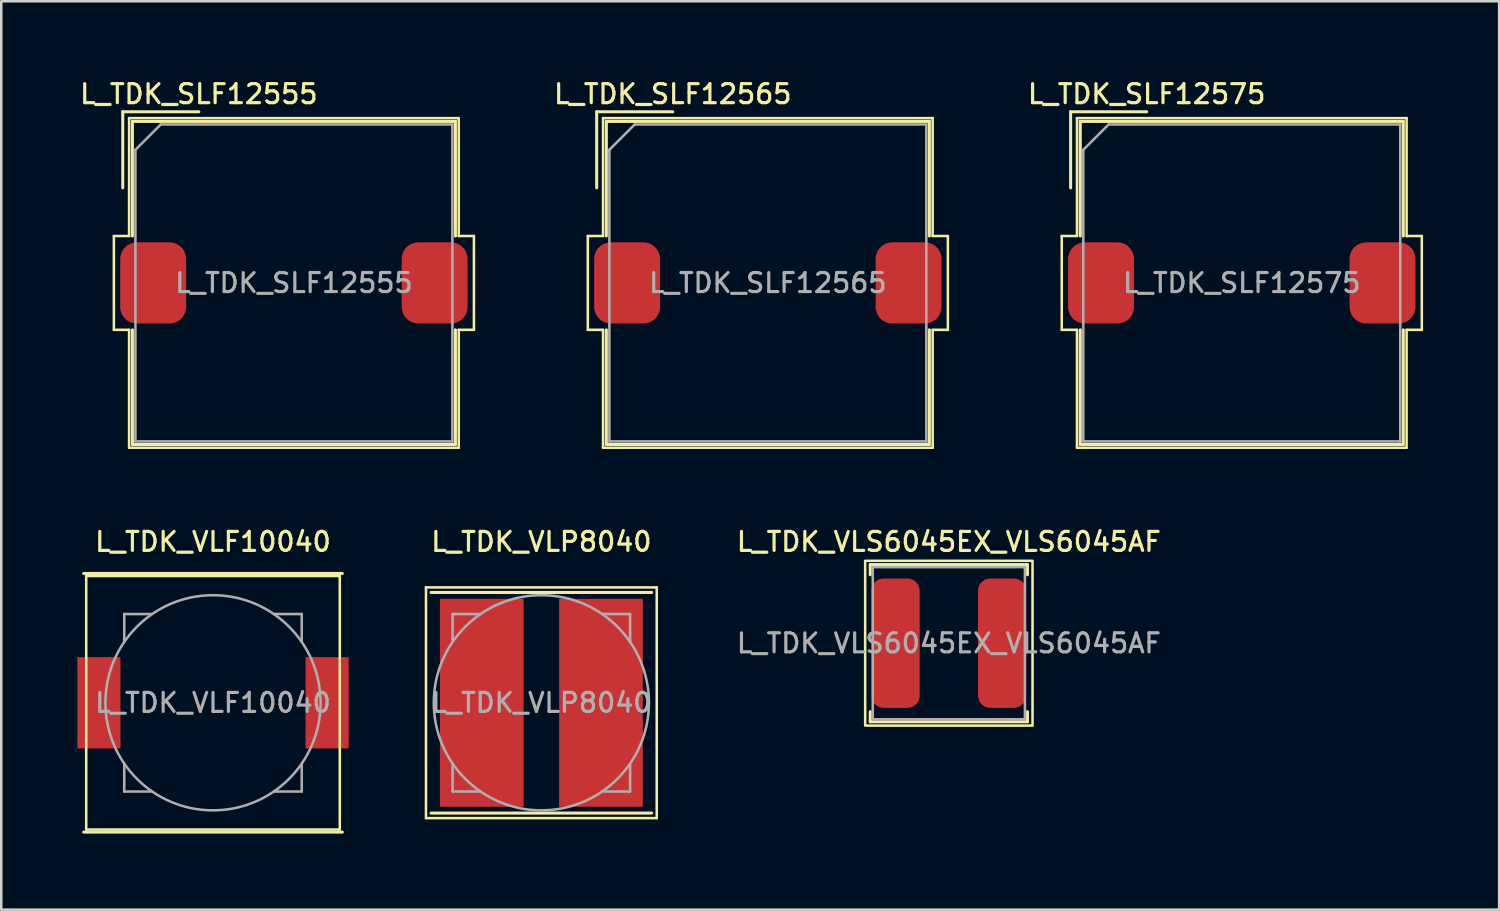
<source format=kicad_pcb>
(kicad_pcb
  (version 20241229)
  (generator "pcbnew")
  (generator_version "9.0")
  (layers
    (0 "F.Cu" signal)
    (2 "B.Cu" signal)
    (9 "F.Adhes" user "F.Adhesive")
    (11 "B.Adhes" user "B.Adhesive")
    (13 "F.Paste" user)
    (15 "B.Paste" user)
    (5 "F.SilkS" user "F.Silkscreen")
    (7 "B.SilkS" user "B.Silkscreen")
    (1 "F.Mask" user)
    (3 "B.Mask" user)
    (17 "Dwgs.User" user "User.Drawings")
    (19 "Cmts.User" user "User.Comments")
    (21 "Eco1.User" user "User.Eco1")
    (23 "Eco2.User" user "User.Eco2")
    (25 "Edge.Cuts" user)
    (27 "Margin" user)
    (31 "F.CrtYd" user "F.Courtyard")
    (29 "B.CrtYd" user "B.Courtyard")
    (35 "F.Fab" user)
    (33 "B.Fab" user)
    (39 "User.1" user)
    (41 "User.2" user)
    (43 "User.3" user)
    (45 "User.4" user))
  (footprint "L_TDK_SLF12555"
    (layer "F.Cu")
    (at 8.541 8.108)
    (property "Reference" "L_TDK_SLF12555" (at -3.75 -7.45 0) (layer "F.SilkS") (effects (font (size 0.75 0.75) (thickness 0.125))))
    (attr smd)
    (fp_line (start -7.1 -1.85) (end -7.1 1.85) (stroke (width 0.1) (type solid)) (layer "F.SilkS"))
    (fp_line (start -7.1 1.85) (end -6.5 1.85) (stroke (width 0.1) (type solid)) (layer "F.SilkS"))
    (fp_line (start -6.75 -6.75) (end -3.75 -6.75) (stroke (width 0.12) (type solid)) (layer "F.SilkS"))
    (fp_line (start -6.75 -3.75) (end -6.75 -6.75) (stroke (width 0.12) (type solid)) (layer "F.SilkS"))
    (fp_line (start -6.5 -6.5) (end -6.5 -1.85) (stroke (width 0.1) (type solid)) (layer "F.SilkS"))
    (fp_line (start -6.5 -6.5) (end 6.5 -6.5) (stroke (width 0.1) (type solid)) (layer "F.SilkS"))
    (fp_line (start -6.5 -1.85) (end -7.1 -1.85) (stroke (width 0.1) (type solid)) (layer "F.SilkS"))
    (fp_line (start -6.5 1.85) (end -6.5 6.5) (stroke (width 0.1) (type solid)) (layer "F.SilkS"))
    (fp_line (start -6.5 6.5) (end 6.5 6.5) (stroke (width 0.1) (type solid)) (layer "F.SilkS"))
    (fp_line (start -6.37 -6.37) (end -6.37 -1.85) (stroke (width 0.12) (type solid)) (layer "F.SilkS"))
    (fp_line (start -6.37 -6.37) (end 6.37 -6.37) (stroke (width 0.12) (type solid)) (layer "F.SilkS"))
    (fp_line (start -6.37 1.85) (end -6.37 6.37) (stroke (width 0.12) (type solid)) (layer "F.SilkS"))
    (fp_line (start -6.37 6.37) (end 6.37 6.37) (stroke (width 0.12) (type solid)) (layer "F.SilkS"))
    (fp_line (start 6.37 -6.37) (end 6.37 -1.85) (stroke (width 0.12) (type solid)) (layer "F.SilkS"))
    (fp_line (start 6.37 1.85) (end 6.37 6.37) (stroke (width 0.12) (type solid)) (layer "F.SilkS"))
    (fp_line (start 6.5 -6.5) (end 6.5 -1.85) (stroke (width 0.1) (type solid)) (layer "F.SilkS"))
    (fp_line (start 6.5 -1.85) (end 7.1 -1.85) (stroke (width 0.1) (type solid)) (layer "F.SilkS"))
    (fp_line (start 6.5 1.85) (end 6.5 6.5) (stroke (width 0.1) (type solid)) (layer "F.SilkS"))
    (fp_line (start 7.1 -1.85) (end 7.1 1.85) (stroke (width 0.1) (type solid)) (layer "F.SilkS"))
    (fp_line (start 7.1 1.85) (end 6.5 1.85) (stroke (width 0.1) (type solid)) (layer "F.SilkS"))
    (fp_line (start -6.25 -5.25) (end -5.25 -6.25) (stroke (width 0.1) (type solid)) (layer "F.Fab"))
    (fp_line (start -6.25 6.25) (end -6.25 -5.25) (stroke (width 0.1) (type solid)) (layer "F.Fab"))
    (fp_line (start -5.25 -6.25) (end 6.25 -6.25) (stroke (width 0.1) (type solid)) (layer "F.Fab"))
    (fp_line (start 6.25 -6.25) (end 6.25 6.25) (stroke (width 0.1) (type solid)) (layer "F.Fab"))
    (fp_line (start 6.25 6.25) (end -6.25 6.25) (stroke (width 0.1) (type solid)) (layer "F.Fab"))
    (fp_text user "${REFERENCE}" (at 0 0 0) (layer "F.Fab") (effects (font (size 0.75 0.75) (thickness 0.125))))
    (pad "1" smd roundrect (at -5.55 0) (size 2.6 3.2) (layers "F.Cu" "F.Mask" "F.Paste") (roundrect_rratio 0.25))
    (pad "2" smd roundrect (at 5.55 0) (size 2.6 3.2) (layers "F.Cu" "F.Mask" "F.Paste") (roundrect_rratio 0.25)))
  (footprint "L_TDK_VLF10040"
    (layer "F.Cu")
    (at 5.35 24.666)
    (property "Reference" "L_TDK_VLF10040" (at 0 -6.35 0) (layer "F.SilkS") (effects (font (size 0.75 0.75) (thickness 0.125))))
    (attr smd)
    (fp_line (start -5.1 -5.1) (end 5.1 -5.1) (stroke (width 0.12) (type solid)) (layer "F.SilkS"))
    (fp_line (start -5.1 5.1) (end 5.1 5.1) (stroke (width 0.12) (type solid)) (layer "F.SilkS"))
    (fp_line (start -5 -5) (end -5 5) (stroke (width 0.1) (type solid)) (layer "F.SilkS"))
    (fp_line (start -5 5) (end 5 5) (stroke (width 0.1) (type solid)) (layer "F.SilkS"))
    (fp_line (start 5 -5) (end -5 -5) (stroke (width 0.1) (type solid)) (layer "F.SilkS"))
    (fp_line (start 5 5) (end 5 -5) (stroke (width 0.1) (type solid)) (layer "F.SilkS"))
    (fp_line (start -3.5 -3.5) (end -2.4 -3.5) (stroke (width 0.1) (type solid)) (layer "F.Fab"))
    (fp_line (start -3.5 -2.4) (end -3.5 -3.5) (stroke (width 0.1) (type solid)) (layer "F.Fab"))
    (fp_line (start -3.5 2.4) (end -3.5 3.5) (stroke (width 0.1) (type solid)) (layer "F.Fab"))
    (fp_line (start -3.5 3.5) (end -2.4 3.5) (stroke (width 0.1) (type solid)) (layer "F.Fab"))
    (fp_line (start 3.5 -3.5) (end 2.4 -3.5) (stroke (width 0.1) (type solid)) (layer "F.Fab"))
    (fp_line (start 3.5 -3.5) (end 3.5 -2.4) (stroke (width 0.1) (type solid)) (layer "F.Fab"))
    (fp_line (start 3.5 2.4) (end 3.5 3.5) (stroke (width 0.1) (type solid)) (layer "F.Fab"))
    (fp_line (start 3.5 3.5) (end 2.4 3.5) (stroke (width 0.1) (type solid)) (layer "F.Fab"))
    (fp_circle (center 0 0) (end 3 3) (stroke (width 0.1) (type solid)) (fill no) (layer "F.Fab"))
    (fp_text user "${REFERENCE}" (at 0 0 0) (layer "F.Fab") (effects (font (size 0.75 0.75) (thickness 0.125))))
    (pad "1" smd rect (at -4.5 0) (size 1.7 3.6) (layers "F.Cu" "F.Mask" "F.Paste"))
    (pad "2" smd rect (at 4.5 0) (size 1.7 3.6) (layers "F.Cu" "F.Mask" "F.Paste")))
  (footprint "L_TDK_SLF12575"
    (layer "F.Cu")
    (at 45.923 8.108)
    (property "Reference" "L_TDK_SLF12575" (at -3.75 -7.45 0) (layer "F.SilkS") (effects (font (size 0.75 0.75) (thickness 0.125))))
    (attr smd)
    (fp_line (start -7.1 -1.85) (end -7.1 1.85) (stroke (width 0.1) (type solid)) (layer "F.SilkS"))
    (fp_line (start -7.1 1.85) (end -6.5 1.85) (stroke (width 0.1) (type solid)) (layer "F.SilkS"))
    (fp_line (start -6.75 -6.75) (end -3.75 -6.75) (stroke (width 0.12) (type solid)) (layer "F.SilkS"))
    (fp_line (start -6.75 -3.75) (end -6.75 -6.75) (stroke (width 0.12) (type solid)) (layer "F.SilkS"))
    (fp_line (start -6.5 -6.5) (end -6.5 -1.85) (stroke (width 0.1) (type solid)) (layer "F.SilkS"))
    (fp_line (start -6.5 -6.5) (end 6.5 -6.5) (stroke (width 0.1) (type solid)) (layer "F.SilkS"))
    (fp_line (start -6.5 -1.85) (end -7.1 -1.85) (stroke (width 0.1) (type solid)) (layer "F.SilkS"))
    (fp_line (start -6.5 1.85) (end -6.5 6.5) (stroke (width 0.1) (type solid)) (layer "F.SilkS"))
    (fp_line (start -6.5 6.5) (end 6.5 6.5) (stroke (width 0.1) (type solid)) (layer "F.SilkS"))
    (fp_line (start -6.37 -6.37) (end -6.37 -1.85) (stroke (width 0.12) (type solid)) (layer "F.SilkS"))
    (fp_line (start -6.37 -6.37) (end 6.37 -6.37) (stroke (width 0.12) (type solid)) (layer "F.SilkS"))
    (fp_line (start -6.37 1.85) (end -6.37 6.37) (stroke (width 0.12) (type solid)) (layer "F.SilkS"))
    (fp_line (start -6.37 6.37) (end 6.37 6.37) (stroke (width 0.12) (type solid)) (layer "F.SilkS"))
    (fp_line (start 6.37 -6.37) (end 6.37 -1.85) (stroke (width 0.12) (type solid)) (layer "F.SilkS"))
    (fp_line (start 6.37 1.85) (end 6.37 6.37) (stroke (width 0.12) (type solid)) (layer "F.SilkS"))
    (fp_line (start 6.5 -6.5) (end 6.5 -1.85) (stroke (width 0.1) (type solid)) (layer "F.SilkS"))
    (fp_line (start 6.5 -1.85) (end 7.1 -1.85) (stroke (width 0.1) (type solid)) (layer "F.SilkS"))
    (fp_line (start 6.5 1.85) (end 6.5 6.5) (stroke (width 0.1) (type solid)) (layer "F.SilkS"))
    (fp_line (start 7.1 -1.85) (end 7.1 1.85) (stroke (width 0.1) (type solid)) (layer "F.SilkS"))
    (fp_line (start 7.1 1.85) (end 6.5 1.85) (stroke (width 0.1) (type solid)) (layer "F.SilkS"))
    (fp_line (start -6.25 -5.25) (end -5.25 -6.25) (stroke (width 0.1) (type solid)) (layer "F.Fab"))
    (fp_line (start -6.25 6.25) (end -6.25 -5.25) (stroke (width 0.1) (type solid)) (layer "F.Fab"))
    (fp_line (start -5.25 -6.25) (end 6.25 -6.25) (stroke (width 0.1) (type solid)) (layer "F.Fab"))
    (fp_line (start 6.25 -6.25) (end 6.25 6.25) (stroke (width 0.1) (type solid)) (layer "F.Fab"))
    (fp_line (start 6.25 6.25) (end -6.25 6.25) (stroke (width 0.1) (type solid)) (layer "F.Fab"))
    (fp_text user "${REFERENCE}" (at 0 0 0) (layer "F.Fab") (effects (font (size 0.75 0.75) (thickness 0.125))))
    (pad "1" smd roundrect (at -5.55 0) (size 2.6 3.2) (layers "F.Cu" "F.Mask" "F.Paste") (roundrect_rratio 0.25))
    (pad "2" smd roundrect (at 5.55 0) (size 2.6 3.2) (layers "F.Cu" "F.Mask" "F.Paste") (roundrect_rratio 0.25)))
  (footprint "L_TDK_VLS6045EX_VLS6045AF"
    (layer "F.Cu")
    (at 34.37 22.316)
    (property "Reference" "L_TDK_VLS6045EX_VLS6045AF" (at 0 -4 0) (unlocked yes) (layer "F.SilkS") (effects (font (size 0.75 0.75) (thickness 0.125))))
    (attr smd)
    (fp_line (start -3.1 -3.1) (end -3.1 -2.7) (stroke (width 0.12) (type solid)) (layer "F.SilkS"))
    (fp_line (start -3.1 -3.1) (end 3.1 -3.1) (stroke (width 0.12) (type solid)) (layer "F.SilkS"))
    (fp_line (start -3.1 3.1) (end -3.1 2.7) (stroke (width 0.12) (type solid)) (layer "F.SilkS"))
    (fp_line (start -3.1 3.1) (end 3.1 3.1) (stroke (width 0.12) (type solid)) (layer "F.SilkS"))
    (fp_line (start 3.1 -3.1) (end 3.1 -2.7) (stroke (width 0.12) (type solid)) (layer "F.SilkS"))
    (fp_line (start 3.1 3.1) (end 3.1 2.7) (stroke (width 0.12) (type solid)) (layer "F.SilkS"))
    (fp_rect (start -3.3 -3.25) (end 3.3 3.25) (stroke (width 0.1) (type solid)) (fill no) (layer "F.SilkS"))
    (fp_rect (start -3 -3) (end 3 3) (stroke (width 0.1) (type solid)) (fill no) (layer "F.Fab"))
    (fp_text user "${REFERENCE}" (at 0 0 0) (unlocked yes) (layer "F.Fab") (effects (font (size 0.75 0.75) (thickness 0.125))))
    (pad "1" smd roundrect (at -2.1 0) (size 1.9 5.1) (layers "F.Cu" "F.Mask" "F.Paste") (roundrect_rratio 0.25))
    (pad "2" smd roundrect (at 2.1 0) (size 1.9 5.1) (layers "F.Cu" "F.Mask" "F.Paste") (roundrect_rratio 0.25)))
  (footprint "L_TDK_VLP8040"
    (layer "F.Cu")
    (at 18.3 24.666)
    (property "Reference" "L_TDK_VLP8040" (at 0 -6.35 0) (layer "F.SilkS") (effects (font (size 0.75 0.75) (thickness 0.125))))
    (attr smd)
    (fp_line (start -4.55 -4.55) (end -4.55 4.55) (stroke (width 0.1) (type solid)) (layer "F.SilkS"))
    (fp_line (start -4.55 4.55) (end 4.55 4.55) (stroke (width 0.1) (type solid)) (layer "F.SilkS"))
    (fp_line (start -4.35 -4.35) (end 4.35 -4.35) (stroke (width 0.12) (type solid)) (layer "F.SilkS"))
    (fp_line (start -4.35 4.35) (end 4.35 4.35) (stroke (width 0.12) (type solid)) (layer "F.SilkS"))
    (fp_line (start 4.55 -4.55) (end -4.55 -4.55) (stroke (width 0.1) (type solid)) (layer "F.SilkS"))
    (fp_line (start 4.55 4.55) (end 4.55 -4.55) (stroke (width 0.1) (type solid)) (layer "F.SilkS"))
    (fp_line (start -3.5 -3.5) (end -2.4 -3.5) (stroke (width 0.1) (type solid)) (layer "F.Fab"))
    (fp_line (start -3.5 -2.4) (end -3.5 -3.5) (stroke (width 0.1) (type solid)) (layer "F.Fab"))
    (fp_line (start -3.5 2.4) (end -3.5 3.5) (stroke (width 0.1) (type solid)) (layer "F.Fab"))
    (fp_line (start -3.5 3.5) (end -2.4 3.5) (stroke (width 0.1) (type solid)) (layer "F.Fab"))
    (fp_line (start 3.5 -3.5) (end 2.4 -3.5) (stroke (width 0.1) (type solid)) (layer "F.Fab"))
    (fp_line (start 3.5 -3.5) (end 3.5 -2.4) (stroke (width 0.1) (type solid)) (layer "F.Fab"))
    (fp_line (start 3.5 2.4) (end 3.5 3.5) (stroke (width 0.1) (type solid)) (layer "F.Fab"))
    (fp_line (start 3.5 3.5) (end 2.4 3.5) (stroke (width 0.1) (type solid)) (layer "F.Fab"))
    (fp_circle (center 0 0) (end 3 3) (stroke (width 0.1) (type solid)) (fill no) (layer "F.Fab"))
    (fp_text user "${REFERENCE}" (at 0 0 0) (layer "F.Fab") (effects (font (size 0.75 0.75) (thickness 0.125))))
    (pad "1" smd rect (at -2.35 0) (size 3.3 8.2) (layers "F.Cu" "F.Mask" "F.Paste"))
    (pad "2" smd rect (at 2.35 0) (size 3.3 8.2) (layers "F.Cu" "F.Mask" "F.Paste")))
  (footprint "L_TDK_SLF12565"
    (layer "F.Cu")
    (at 27.232 8.108)
    (property "Reference" "L_TDK_SLF12565" (at -3.75 -7.45 0) (layer "F.SilkS") (effects (font (size 0.75 0.75) (thickness 0.125))))
    (attr smd)
    (fp_line (start -7.1 -1.85) (end -7.1 1.85) (stroke (width 0.1) (type solid)) (layer "F.SilkS"))
    (fp_line (start -7.1 1.85) (end -6.5 1.85) (stroke (width 0.1) (type solid)) (layer "F.SilkS"))
    (fp_line (start -6.75 -6.75) (end -3.75 -6.75) (stroke (width 0.12) (type solid)) (layer "F.SilkS"))
    (fp_line (start -6.75 -3.75) (end -6.75 -6.75) (stroke (width 0.12) (type solid)) (layer "F.SilkS"))
    (fp_line (start -6.5 -6.5) (end -6.5 -1.85) (stroke (width 0.1) (type solid)) (layer "F.SilkS"))
    (fp_line (start -6.5 -6.5) (end 6.5 -6.5) (stroke (width 0.1) (type solid)) (layer "F.SilkS"))
    (fp_line (start -6.5 -1.85) (end -7.1 -1.85) (stroke (width 0.1) (type solid)) (layer "F.SilkS"))
    (fp_line (start -6.5 1.85) (end -6.5 6.5) (stroke (width 0.1) (type solid)) (layer "F.SilkS"))
    (fp_line (start -6.5 6.5) (end 6.5 6.5) (stroke (width 0.1) (type solid)) (layer "F.SilkS"))
    (fp_line (start -6.37 -6.37) (end -6.37 -1.85) (stroke (width 0.12) (type solid)) (layer "F.SilkS"))
    (fp_line (start -6.37 -6.37) (end 6.37 -6.37) (stroke (width 0.12) (type solid)) (layer "F.SilkS"))
    (fp_line (start -6.37 1.85) (end -6.37 6.37) (stroke (width 0.12) (type solid)) (layer "F.SilkS"))
    (fp_line (start -6.37 6.37) (end 6.37 6.37) (stroke (width 0.12) (type solid)) (layer "F.SilkS"))
    (fp_line (start 6.37 -6.37) (end 6.37 -1.85) (stroke (width 0.12) (type solid)) (layer "F.SilkS"))
    (fp_line (start 6.37 1.85) (end 6.37 6.37) (stroke (width 0.12) (type solid)) (layer "F.SilkS"))
    (fp_line (start 6.5 -6.5) (end 6.5 -1.85) (stroke (width 0.1) (type solid)) (layer "F.SilkS"))
    (fp_line (start 6.5 -1.85) (end 7.1 -1.85) (stroke (width 0.1) (type solid)) (layer "F.SilkS"))
    (fp_line (start 6.5 1.85) (end 6.5 6.5) (stroke (width 0.1) (type solid)) (layer "F.SilkS"))
    (fp_line (start 7.1 -1.85) (end 7.1 1.85) (stroke (width 0.1) (type solid)) (layer "F.SilkS"))
    (fp_line (start 7.1 1.85) (end 6.5 1.85) (stroke (width 0.1) (type solid)) (layer "F.SilkS"))
    (fp_line (start -6.25 -5.25) (end -5.25 -6.25) (stroke (width 0.1) (type solid)) (layer "F.Fab"))
    (fp_line (start -6.25 6.25) (end -6.25 -5.25) (stroke (width 0.1) (type solid)) (layer "F.Fab"))
    (fp_line (start -5.25 -6.25) (end 6.25 -6.25) (stroke (width 0.1) (type solid)) (layer "F.Fab"))
    (fp_line (start 6.25 -6.25) (end 6.25 6.25) (stroke (width 0.1) (type solid)) (layer "F.Fab"))
    (fp_line (start 6.25 6.25) (end -6.25 6.25) (stroke (width 0.1) (type solid)) (layer "F.Fab"))
    (fp_text user "${REFERENCE}" (at 0 0 0) (layer "F.Fab") (effects (font (size 0.75 0.75) (thickness 0.125))))
    (pad "1" smd roundrect (at -5.55 0) (size 2.6 3.2) (layers "F.Cu" "F.Mask" "F.Paste") (roundrect_rratio 0.25))
    (pad "2" smd roundrect (at 5.55 0) (size 2.6 3.2) (layers "F.Cu" "F.Mask" "F.Paste") (roundrect_rratio 0.25)))
  (gr_rect
    (start -3 -3)
    (end 56.073 32.826)
    (stroke (width 0.1) (type default))
    (fill no)
    (layer "Edge.Cuts")))
</source>
